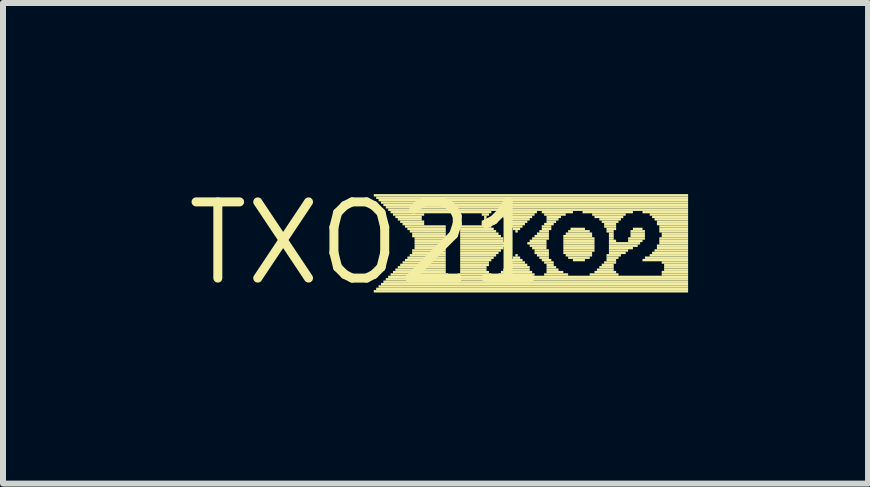
<source format=kicad_pcb>
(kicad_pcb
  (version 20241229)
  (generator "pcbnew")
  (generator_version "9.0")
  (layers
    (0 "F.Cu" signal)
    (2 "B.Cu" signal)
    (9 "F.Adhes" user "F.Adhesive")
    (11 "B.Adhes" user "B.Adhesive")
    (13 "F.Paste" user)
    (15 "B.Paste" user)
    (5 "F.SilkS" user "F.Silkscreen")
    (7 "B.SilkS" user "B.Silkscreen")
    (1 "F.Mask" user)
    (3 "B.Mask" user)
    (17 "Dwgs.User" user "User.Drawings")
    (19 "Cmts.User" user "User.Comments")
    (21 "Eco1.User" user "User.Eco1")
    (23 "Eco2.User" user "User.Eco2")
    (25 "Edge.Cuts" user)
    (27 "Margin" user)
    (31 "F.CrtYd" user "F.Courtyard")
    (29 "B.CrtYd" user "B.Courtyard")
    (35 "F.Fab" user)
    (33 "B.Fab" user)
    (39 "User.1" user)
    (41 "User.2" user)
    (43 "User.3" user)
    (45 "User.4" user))
  (footprint "TXO21"
    (layer "F.Cu")
    (at 3.061 1.006)
    (property "Reference" "TXO21" (at 0 0 0) (layer "F.SilkS") (effects (font (size 1.27 1.27) (thickness 0.15))))
    (fp_poly (pts (xy 0.12 -0.78) (xy 5.36 -0.78) (xy 5.36 -0.82) (xy 0.12 -0.82)) (stroke (width 0) (type solid)) (fill yes) (layer "F.SilkS"))
    (fp_poly (pts (xy 0.12 0.82) (xy 5.36 0.82) (xy 5.36 0.78) (xy 0.12 0.78)) (stroke (width 0) (type solid)) (fill yes) (layer "F.SilkS"))
    (fp_poly (pts (xy 0.16 -0.74) (xy 5.36 -0.74) (xy 5.36 -0.78) (xy 0.16 -0.78)) (stroke (width 0) (type solid)) (fill yes) (layer "F.SilkS"))
    (fp_poly (pts (xy 0.16 0.78) (xy 5.36 0.78) (xy 5.36 0.74) (xy 0.16 0.74)) (stroke (width 0) (type solid)) (fill yes) (layer "F.SilkS"))
    (fp_poly (pts (xy 0.2 -0.7) (xy 5.36 -0.7) (xy 5.36 -0.74) (xy 0.2 -0.74)) (stroke (width 0) (type solid)) (fill yes) (layer "F.SilkS"))
    (fp_poly (pts (xy 0.2 0.74) (xy 5.36 0.74) (xy 5.36 0.7) (xy 0.2 0.7)) (stroke (width 0) (type solid)) (fill yes) (layer "F.SilkS"))
    (fp_poly (pts (xy 0.24 -0.66) (xy 5.36 -0.66) (xy 5.36 -0.7) (xy 0.24 -0.7)) (stroke (width 0) (type solid)) (fill yes) (layer "F.SilkS"))
    (fp_poly (pts (xy 0.24 0.7) (xy 5.36 0.7) (xy 5.36 0.66) (xy 0.24 0.66)) (stroke (width 0) (type solid)) (fill yes) (layer "F.SilkS"))
    (fp_poly (pts (xy 0.28 -0.62) (xy 5.36 -0.62) (xy 5.36 -0.66) (xy 0.28 -0.66)) (stroke (width 0) (type solid)) (fill yes) (layer "F.SilkS"))
    (fp_poly (pts (xy 0.28 0.66) (xy 5.36 0.66) (xy 5.36 0.62) (xy 0.28 0.62)) (stroke (width 0) (type solid)) (fill yes) (layer "F.SilkS"))
    (fp_poly (pts (xy 0.32 -0.58) (xy 5.36 -0.58) (xy 5.36 -0.62) (xy 0.32 -0.62)) (stroke (width 0) (type solid)) (fill yes) (layer "F.SilkS"))
    (fp_poly (pts (xy 0.32 0.62) (xy 5.36 0.62) (xy 5.36 0.58) (xy 0.32 0.58)) (stroke (width 0) (type solid)) (fill yes) (layer "F.SilkS"))
    (fp_poly (pts (xy 0.36 -0.54) (xy 5.36 -0.54) (xy 5.36 -0.58) (xy 0.36 -0.58)) (stroke (width 0) (type solid)) (fill yes) (layer "F.SilkS"))
    (fp_poly (pts (xy 0.36 0.58) (xy 5.36 0.58) (xy 5.36 0.54) (xy 0.36 0.54)) (stroke (width 0) (type solid)) (fill yes) (layer "F.SilkS"))
    (fp_poly (pts (xy 0.4 -0.5) (xy 2.08 -0.5) (xy 2.08 -0.54) (xy 0.4 -0.54)) (stroke (width 0) (type solid)) (fill yes) (layer "F.SilkS"))
    (fp_poly (pts (xy 0.4 0.54) (xy 1.36 0.54) (xy 1.36 0.5) (xy 0.4 0.5)) (stroke (width 0) (type solid)) (fill yes) (layer "F.SilkS"))
    (fp_poly (pts (xy 0.44 -0.46) (xy 0.96 -0.46) (xy 0.96 -0.5) (xy 0.44 -0.5)) (stroke (width 0) (type solid)) (fill yes) (layer "F.SilkS"))
    (fp_poly (pts (xy 0.44 0.5) (xy 1.32 0.5) (xy 1.32 0.46) (xy 0.44 0.46)) (stroke (width 0) (type solid)) (fill yes) (layer "F.SilkS"))
    (fp_poly (pts (xy 0.48 -0.42) (xy 0.92 -0.42) (xy 0.92 -0.46) (xy 0.48 -0.46)) (stroke (width 0) (type solid)) (fill yes) (layer "F.SilkS"))
    (fp_poly (pts (xy 0.48 0.46) (xy 1.32 0.46) (xy 1.32 0.42) (xy 0.48 0.42)) (stroke (width 0) (type solid)) (fill yes) (layer "F.SilkS"))
    (fp_poly (pts (xy 0.52 -0.38) (xy 0.92 -0.38) (xy 0.92 -0.42) (xy 0.52 -0.42)) (stroke (width 0) (type solid)) (fill yes) (layer "F.SilkS"))
    (fp_poly (pts (xy 0.52 0.42) (xy 1.32 0.42) (xy 1.32 0.38) (xy 0.52 0.38)) (stroke (width 0) (type solid)) (fill yes) (layer "F.SilkS"))
    (fp_poly (pts (xy 0.56 -0.34) (xy 0.96 -0.34) (xy 0.96 -0.38) (xy 0.56 -0.38)) (stroke (width 0) (type solid)) (fill yes) (layer "F.SilkS"))
    (fp_poly (pts (xy 0.56 0.38) (xy 1.32 0.38) (xy 1.32 0.34) (xy 0.56 0.34)) (stroke (width 0) (type solid)) (fill yes) (layer "F.SilkS"))
    (fp_poly (pts (xy 0.6 -0.3) (xy 0.96 -0.3) (xy 0.96 -0.34) (xy 0.6 -0.34)) (stroke (width 0) (type solid)) (fill yes) (layer "F.SilkS"))
    (fp_poly (pts (xy 0.6 0.34) (xy 1.32 0.34) (xy 1.32 0.3) (xy 0.6 0.3)) (stroke (width 0) (type solid)) (fill yes) (layer "F.SilkS"))
    (fp_poly (pts (xy 0.64 -0.26) (xy 1.32 -0.26) (xy 1.32 -0.3) (xy 0.64 -0.3)) (stroke (width 0) (type solid)) (fill yes) (layer "F.SilkS"))
    (fp_poly (pts (xy 0.64 0.3) (xy 1.32 0.3) (xy 1.32 0.26) (xy 0.64 0.26)) (stroke (width 0) (type solid)) (fill yes) (layer "F.SilkS"))
    (fp_poly (pts (xy 0.68 -0.22) (xy 1.32 -0.22) (xy 1.32 -0.26) (xy 0.68 -0.26)) (stroke (width 0) (type solid)) (fill yes) (layer "F.SilkS"))
    (fp_poly (pts (xy 0.68 0.26) (xy 1.32 0.26) (xy 1.32 0.22) (xy 0.68 0.22)) (stroke (width 0) (type solid)) (fill yes) (layer "F.SilkS"))
    (fp_poly (pts (xy 0.72 -0.18) (xy 1.32 -0.18) (xy 1.32 -0.22) (xy 0.72 -0.22)) (stroke (width 0) (type solid)) (fill yes) (layer "F.SilkS"))
    (fp_poly (pts (xy 0.72 0.22) (xy 1.32 0.22) (xy 1.32 0.18) (xy 0.72 0.18)) (stroke (width 0) (type solid)) (fill yes) (layer "F.SilkS"))
    (fp_poly (pts (xy 0.76 -0.14) (xy 1.32 -0.14) (xy 1.32 -0.18) (xy 0.76 -0.18)) (stroke (width 0) (type solid)) (fill yes) (layer "F.SilkS"))
    (fp_poly (pts (xy 0.76 -0.1) (xy 1.32 -0.1) (xy 1.32 -0.14) (xy 0.76 -0.14)) (stroke (width 0) (type solid)) (fill yes) (layer "F.SilkS"))
    (fp_poly (pts (xy 0.76 0.14) (xy 1.32 0.14) (xy 1.32 0.1) (xy 0.76 0.1)) (stroke (width 0) (type solid)) (fill yes) (layer "F.SilkS"))
    (fp_poly (pts (xy 0.76 0.18) (xy 1.32 0.18) (xy 1.32 0.14) (xy 0.76 0.14)) (stroke (width 0) (type solid)) (fill yes) (layer "F.SilkS"))
    (fp_poly (pts (xy 0.8 -0.06) (xy 1.32 -0.06) (xy 1.32 -0.1) (xy 0.8 -0.1)) (stroke (width 0) (type solid)) (fill yes) (layer "F.SilkS"))
    (fp_poly (pts (xy 0.8 -0.02) (xy 1.32 -0.02) (xy 1.32 -0.06) (xy 0.8 -0.06)) (stroke (width 0) (type solid)) (fill yes) (layer "F.SilkS"))
    (fp_poly (pts (xy 0.8 0.02) (xy 1.32 0.02) (xy 1.32 -0.02) (xy 0.8 -0.02)) (stroke (width 0) (type solid)) (fill yes) (layer "F.SilkS"))
    (fp_poly (pts (xy 0.8 0.06) (xy 1.32 0.06) (xy 1.32 0.02) (xy 0.8 0.02)) (stroke (width 0) (type solid)) (fill yes) (layer "F.SilkS"))
    (fp_poly (pts (xy 0.8 0.1) (xy 1.32 0.1) (xy 1.32 0.06) (xy 0.8 0.06)) (stroke (width 0) (type solid)) (fill yes) (layer "F.SilkS"))
    (fp_poly (pts (xy 1.52 0.54) (xy 2.08 0.54) (xy 2.08 0.5) (xy 1.52 0.5)) (stroke (width 0) (type solid)) (fill yes) (layer "F.SilkS"))
    (fp_poly (pts (xy 1.56 -0.26) (xy 2.08 -0.26) (xy 2.08 -0.3) (xy 1.56 -0.3)) (stroke (width 0) (type solid)) (fill yes) (layer "F.SilkS"))
    (fp_poly (pts (xy 1.56 -0.22) (xy 2.12 -0.22) (xy 2.12 -0.26) (xy 1.56 -0.26)) (stroke (width 0) (type solid)) (fill yes) (layer "F.SilkS"))
    (fp_poly (pts (xy 1.56 -0.18) (xy 2.16 -0.18) (xy 2.16 -0.22) (xy 1.56 -0.22)) (stroke (width 0) (type solid)) (fill yes) (layer "F.SilkS"))
    (fp_poly (pts (xy 1.56 -0.14) (xy 2.2 -0.14) (xy 2.2 -0.18) (xy 1.56 -0.18)) (stroke (width 0) (type solid)) (fill yes) (layer "F.SilkS"))
    (fp_poly (pts (xy 1.56 -0.1) (xy 2.24 -0.1) (xy 2.24 -0.14) (xy 1.56 -0.14)) (stroke (width 0) (type solid)) (fill yes) (layer "F.SilkS"))
    (fp_poly (pts (xy 1.56 -0.06) (xy 2.28 -0.06) (xy 2.28 -0.1) (xy 1.56 -0.1)) (stroke (width 0) (type solid)) (fill yes) (layer "F.SilkS"))
    (fp_poly (pts (xy 1.56 -0.02) (xy 2.28 -0.02) (xy 2.28 -0.06) (xy 1.56 -0.06)) (stroke (width 0) (type solid)) (fill yes) (layer "F.SilkS"))
    (fp_poly (pts (xy 1.56 0.02) (xy 2.32 0.02) (xy 2.32 -0.02) (xy 1.56 -0.02)) (stroke (width 0) (type solid)) (fill yes) (layer "F.SilkS"))
    (fp_poly (pts (xy 1.56 0.06) (xy 2.32 0.06) (xy 2.32 0.02) (xy 1.56 0.02)) (stroke (width 0) (type solid)) (fill yes) (layer "F.SilkS"))
    (fp_poly (pts (xy 1.56 0.1) (xy 2.28 0.1) (xy 2.28 0.06) (xy 1.56 0.06)) (stroke (width 0) (type solid)) (fill yes) (layer "F.SilkS"))
    (fp_poly (pts (xy 1.56 0.14) (xy 2.24 0.14) (xy 2.24 0.1) (xy 1.56 0.1)) (stroke (width 0) (type solid)) (fill yes) (layer "F.SilkS"))
    (fp_poly (pts (xy 1.56 0.18) (xy 2.2 0.18) (xy 2.2 0.14) (xy 1.56 0.14)) (stroke (width 0) (type solid)) (fill yes) (layer "F.SilkS"))
    (fp_poly (pts (xy 1.56 0.22) (xy 2.16 0.22) (xy 2.16 0.18) (xy 1.56 0.18)) (stroke (width 0) (type solid)) (fill yes) (layer "F.SilkS"))
    (fp_poly (pts (xy 1.56 0.26) (xy 2.12 0.26) (xy 2.12 0.22) (xy 1.56 0.22)) (stroke (width 0) (type solid)) (fill yes) (layer "F.SilkS"))
    (fp_poly (pts (xy 1.56 0.3) (xy 2.08 0.3) (xy 2.08 0.26) (xy 1.56 0.26)) (stroke (width 0) (type solid)) (fill yes) (layer "F.SilkS"))
    (fp_poly (pts (xy 1.56 0.34) (xy 2.04 0.34) (xy 2.04 0.3) (xy 1.56 0.3)) (stroke (width 0) (type solid)) (fill yes) (layer "F.SilkS"))
    (fp_poly (pts (xy 1.56 0.38) (xy 2.04 0.38) (xy 2.04 0.34) (xy 1.56 0.34)) (stroke (width 0) (type solid)) (fill yes) (layer "F.SilkS"))
    (fp_poly (pts (xy 1.56 0.42) (xy 2 0.42) (xy 2 0.38) (xy 1.56 0.38)) (stroke (width 0) (type solid)) (fill yes) (layer "F.SilkS"))
    (fp_poly (pts (xy 1.56 0.46) (xy 2 0.46) (xy 2 0.42) (xy 1.56 0.42)) (stroke (width 0) (type solid)) (fill yes) (layer "F.SilkS"))
    (fp_poly (pts (xy 1.56 0.5) (xy 2.04 0.5) (xy 2.04 0.46) (xy 1.56 0.46)) (stroke (width 0) (type solid)) (fill yes) (layer "F.SilkS"))
    (fp_poly (pts (xy 1.92 -0.46) (xy 2.04 -0.46) (xy 2.04 -0.5) (xy 1.92 -0.5)) (stroke (width 0) (type solid)) (fill yes) (layer "F.SilkS"))
    (fp_poly (pts (xy 1.92 -0.34) (xy 2 -0.34) (xy 2 -0.38) (xy 1.92 -0.38)) (stroke (width 0) (type solid)) (fill yes) (layer "F.SilkS"))
    (fp_poly (pts (xy 1.92 -0.3) (xy 2.04 -0.3) (xy 2.04 -0.34) (xy 1.92 -0.34)) (stroke (width 0) (type solid)) (fill yes) (layer "F.SilkS"))
    (fp_poly (pts (xy 1.96 -0.42) (xy 2 -0.42) (xy 2 -0.46) (xy 1.96 -0.46)) (stroke (width 0) (type solid)) (fill yes) (layer "F.SilkS"))
    (fp_poly (pts (xy 1.96 -0.38) (xy 2 -0.38) (xy 2 -0.42) (xy 1.96 -0.42)) (stroke (width 0) (type solid)) (fill yes) (layer "F.SilkS"))
    (fp_poly (pts (xy 2.2 -0.5) (xy 2.84 -0.5) (xy 2.84 -0.54) (xy 2.2 -0.54)) (stroke (width 0) (type solid)) (fill yes) (layer "F.SilkS"))
    (fp_poly (pts (xy 2.2 0.54) (xy 2.8 0.54) (xy 2.8 0.5) (xy 2.2 0.5)) (stroke (width 0) (type solid)) (fill yes) (layer "F.SilkS"))
    (fp_poly (pts (xy 2.24 -0.46) (xy 2.8 -0.46) (xy 2.8 -0.5) (xy 2.24 -0.5)) (stroke (width 0) (type solid)) (fill yes) (layer "F.SilkS"))
    (fp_poly (pts (xy 2.24 0.5) (xy 2.76 0.5) (xy 2.76 0.46) (xy 2.24 0.46)) (stroke (width 0) (type solid)) (fill yes) (layer "F.SilkS"))
    (fp_poly (pts (xy 2.28 -0.42) (xy 2.76 -0.42) (xy 2.76 -0.46) (xy 2.28 -0.46)) (stroke (width 0) (type solid)) (fill yes) (layer "F.SilkS"))
    (fp_poly (pts (xy 2.28 0.46) (xy 2.72 0.46) (xy 2.72 0.42) (xy 2.28 0.42)) (stroke (width 0) (type solid)) (fill yes) (layer "F.SilkS"))
    (fp_poly (pts (xy 2.32 -0.38) (xy 2.72 -0.38) (xy 2.72 -0.42) (xy 2.32 -0.42)) (stroke (width 0) (type solid)) (fill yes) (layer "F.SilkS"))
    (fp_poly (pts (xy 2.32 -0.34) (xy 2.68 -0.34) (xy 2.68 -0.38) (xy 2.32 -0.38)) (stroke (width 0) (type solid)) (fill yes) (layer "F.SilkS"))
    (fp_poly (pts (xy 2.32 0.42) (xy 2.72 0.42) (xy 2.72 0.38) (xy 2.32 0.38)) (stroke (width 0) (type solid)) (fill yes) (layer "F.SilkS"))
    (fp_poly (pts (xy 2.36 -0.3) (xy 2.64 -0.3) (xy 2.64 -0.34) (xy 2.36 -0.34)) (stroke (width 0) (type solid)) (fill yes) (layer "F.SilkS"))
    (fp_poly (pts (xy 2.36 0.38) (xy 2.68 0.38) (xy 2.68 0.34) (xy 2.36 0.34)) (stroke (width 0) (type solid)) (fill yes) (layer "F.SilkS"))
    (fp_poly (pts (xy 2.4 -0.26) (xy 2.6 -0.26) (xy 2.6 -0.3) (xy 2.4 -0.3)) (stroke (width 0) (type solid)) (fill yes) (layer "F.SilkS"))
    (fp_poly (pts (xy 2.4 0.3) (xy 2.6 0.3) (xy 2.6 0.26) (xy 2.4 0.26)) (stroke (width 0) (type solid)) (fill yes) (layer "F.SilkS"))
    (fp_poly (pts (xy 2.4 0.34) (xy 2.64 0.34) (xy 2.64 0.3) (xy 2.4 0.3)) (stroke (width 0) (type solid)) (fill yes) (layer "F.SilkS"))
    (fp_poly (pts (xy 2.44 -0.22) (xy 2.56 -0.22) (xy 2.56 -0.26) (xy 2.44 -0.26)) (stroke (width 0) (type solid)) (fill yes) (layer "F.SilkS"))
    (fp_poly (pts (xy 2.44 0.26) (xy 2.56 0.26) (xy 2.56 0.22) (xy 2.44 0.22)) (stroke (width 0) (type solid)) (fill yes) (layer "F.SilkS"))
    (fp_poly (pts (xy 2.48 -0.18) (xy 2.52 -0.18) (xy 2.52 -0.22) (xy 2.48 -0.22)) (stroke (width 0) (type solid)) (fill yes) (layer "F.SilkS"))
    (fp_poly (pts (xy 2.48 0.22) (xy 2.52 0.22) (xy 2.52 0.18) (xy 2.48 0.18)) (stroke (width 0) (type solid)) (fill yes) (layer "F.SilkS"))
    (fp_poly (pts (xy 2.68 0.02) (xy 3 0.02) (xy 3 -0.02) (xy 2.68 -0.02)) (stroke (width 0) (type solid)) (fill yes) (layer "F.SilkS"))
    (fp_poly (pts (xy 2.72 -0.02) (xy 3 -0.02) (xy 3 -0.06) (xy 2.72 -0.06)) (stroke (width 0) (type solid)) (fill yes) (layer "F.SilkS"))
    (fp_poly (pts (xy 2.72 0.06) (xy 3 0.06) (xy 3 0.02) (xy 2.72 0.02)) (stroke (width 0) (type solid)) (fill yes) (layer "F.SilkS"))
    (fp_poly (pts (xy 2.76 -0.06) (xy 3.04 -0.06) (xy 3.04 -0.1) (xy 2.76 -0.1)) (stroke (width 0) (type solid)) (fill yes) (layer "F.SilkS"))
    (fp_poly (pts (xy 2.76 0.1) (xy 3 0.1) (xy 3 0.06) (xy 2.76 0.06)) (stroke (width 0) (type solid)) (fill yes) (layer "F.SilkS"))
    (fp_poly (pts (xy 2.8 -0.1) (xy 3.04 -0.1) (xy 3.04 -0.14) (xy 2.8 -0.14)) (stroke (width 0) (type solid)) (fill yes) (layer "F.SilkS"))
    (fp_poly (pts (xy 2.8 0.14) (xy 3.04 0.14) (xy 3.04 0.1) (xy 2.8 0.1)) (stroke (width 0) (type solid)) (fill yes) (layer "F.SilkS"))
    (fp_poly (pts (xy 2.8 0.18) (xy 3.04 0.18) (xy 3.04 0.14) (xy 2.8 0.14)) (stroke (width 0) (type solid)) (fill yes) (layer "F.SilkS"))
    (fp_poly (pts (xy 2.84 -0.14) (xy 3.04 -0.14) (xy 3.04 -0.18) (xy 2.84 -0.18)) (stroke (width 0) (type solid)) (fill yes) (layer "F.SilkS"))
    (fp_poly (pts (xy 2.84 0.22) (xy 3.04 0.22) (xy 3.04 0.18) (xy 2.84 0.18)) (stroke (width 0) (type solid)) (fill yes) (layer "F.SilkS"))
    (fp_poly (pts (xy 2.88 -0.18) (xy 3.04 -0.18) (xy 3.04 -0.22) (xy 2.88 -0.22)) (stroke (width 0) (type solid)) (fill yes) (layer "F.SilkS"))
    (fp_poly (pts (xy 2.88 0.26) (xy 3.04 0.26) (xy 3.04 0.22) (xy 2.88 0.22)) (stroke (width 0) (type solid)) (fill yes) (layer "F.SilkS"))
    (fp_poly (pts (xy 2.92 -0.5) (xy 3.44 -0.5) (xy 3.44 -0.54) (xy 2.92 -0.54)) (stroke (width 0) (type solid)) (fill yes) (layer "F.SilkS"))
    (fp_poly (pts (xy 2.92 -0.26) (xy 3.08 -0.26) (xy 3.08 -0.3) (xy 2.92 -0.3)) (stroke (width 0) (type solid)) (fill yes) (layer "F.SilkS"))
    (fp_poly (pts (xy 2.92 -0.22) (xy 3.08 -0.22) (xy 3.08 -0.26) (xy 2.92 -0.26)) (stroke (width 0) (type solid)) (fill yes) (layer "F.SilkS"))
    (fp_poly (pts (xy 2.92 0.3) (xy 3.08 0.3) (xy 3.08 0.26) (xy 2.92 0.26)) (stroke (width 0) (type solid)) (fill yes) (layer "F.SilkS"))
    (fp_poly (pts (xy 2.96 -0.46) (xy 3.32 -0.46) (xy 3.32 -0.5) (xy 2.96 -0.5)) (stroke (width 0) (type solid)) (fill yes) (layer "F.SilkS"))
    (fp_poly (pts (xy 2.96 -0.3) (xy 3.12 -0.3) (xy 3.12 -0.34) (xy 2.96 -0.34)) (stroke (width 0) (type solid)) (fill yes) (layer "F.SilkS"))
    (fp_poly (pts (xy 2.96 0.34) (xy 3.12 0.34) (xy 3.12 0.3) (xy 2.96 0.3)) (stroke (width 0) (type solid)) (fill yes) (layer "F.SilkS"))
    (fp_poly (pts (xy 2.96 0.54) (xy 3.36 0.54) (xy 3.36 0.5) (xy 2.96 0.5)) (stroke (width 0) (type solid)) (fill yes) (layer "F.SilkS"))
    (fp_poly (pts (xy 3 -0.42) (xy 3.24 -0.42) (xy 3.24 -0.46) (xy 3 -0.46)) (stroke (width 0) (type solid)) (fill yes) (layer "F.SilkS"))
    (fp_poly (pts (xy 3 -0.38) (xy 3.2 -0.38) (xy 3.2 -0.42) (xy 3 -0.42)) (stroke (width 0) (type solid)) (fill yes) (layer "F.SilkS"))
    (fp_poly (pts (xy 3 -0.34) (xy 3.16 -0.34) (xy 3.16 -0.38) (xy 3 -0.38)) (stroke (width 0) (type solid)) (fill yes) (layer "F.SilkS"))
    (fp_poly (pts (xy 3 0.38) (xy 3.12 0.38) (xy 3.12 0.34) (xy 3 0.34)) (stroke (width 0) (type solid)) (fill yes) (layer "F.SilkS"))
    (fp_poly (pts (xy 3 0.42) (xy 3.16 0.42) (xy 3.16 0.38) (xy 3 0.38)) (stroke (width 0) (type solid)) (fill yes) (layer "F.SilkS"))
    (fp_poly (pts (xy 3 0.46) (xy 3.2 0.46) (xy 3.2 0.42) (xy 3 0.42)) (stroke (width 0) (type solid)) (fill yes) (layer "F.SilkS"))
    (fp_poly (pts (xy 3 0.5) (xy 3.28 0.5) (xy 3.28 0.46) (xy 3 0.46)) (stroke (width 0) (type solid)) (fill yes) (layer "F.SilkS"))
    (fp_poly (pts (xy 3.28 -0.1) (xy 3.76 -0.1) (xy 3.76 -0.14) (xy 3.28 -0.14)) (stroke (width 0) (type solid)) (fill yes) (layer "F.SilkS"))
    (fp_poly (pts (xy 3.28 -0.06) (xy 3.8 -0.06) (xy 3.8 -0.1) (xy 3.28 -0.1)) (stroke (width 0) (type solid)) (fill yes) (layer "F.SilkS"))
    (fp_poly (pts (xy 3.28 -0.02) (xy 3.8 -0.02) (xy 3.8 -0.06) (xy 3.28 -0.06)) (stroke (width 0) (type solid)) (fill yes) (layer "F.SilkS"))
    (fp_poly (pts (xy 3.28 0.02) (xy 3.8 0.02) (xy 3.8 -0.02) (xy 3.28 -0.02)) (stroke (width 0) (type solid)) (fill yes) (layer "F.SilkS"))
    (fp_poly (pts (xy 3.28 0.06) (xy 3.8 0.06) (xy 3.8 0.02) (xy 3.28 0.02)) (stroke (width 0) (type solid)) (fill yes) (layer "F.SilkS"))
    (fp_poly (pts (xy 3.28 0.1) (xy 3.8 0.1) (xy 3.8 0.06) (xy 3.28 0.06)) (stroke (width 0) (type solid)) (fill yes) (layer "F.SilkS"))
    (fp_poly (pts (xy 3.28 0.14) (xy 3.8 0.14) (xy 3.8 0.1) (xy 3.28 0.1)) (stroke (width 0) (type solid)) (fill yes) (layer "F.SilkS"))
    (fp_poly (pts (xy 3.28 0.18) (xy 3.76 0.18) (xy 3.76 0.14) (xy 3.28 0.14)) (stroke (width 0) (type solid)) (fill yes) (layer "F.SilkS"))
    (fp_poly (pts (xy 3.32 -0.14) (xy 3.76 -0.14) (xy 3.76 -0.18) (xy 3.32 -0.18)) (stroke (width 0) (type solid)) (fill yes) (layer "F.SilkS"))
    (fp_poly (pts (xy 3.32 0.22) (xy 3.76 0.22) (xy 3.76 0.18) (xy 3.32 0.18)) (stroke (width 0) (type solid)) (fill yes) (layer "F.SilkS"))
    (fp_poly (pts (xy 3.36 -0.18) (xy 3.72 -0.18) (xy 3.72 -0.22) (xy 3.36 -0.22)) (stroke (width 0) (type solid)) (fill yes) (layer "F.SilkS"))
    (fp_poly (pts (xy 3.36 0.26) (xy 3.72 0.26) (xy 3.72 0.22) (xy 3.36 0.22)) (stroke (width 0) (type solid)) (fill yes) (layer "F.SilkS"))
    (fp_poly (pts (xy 3.4 -0.22) (xy 3.64 -0.22) (xy 3.64 -0.26) (xy 3.4 -0.26)) (stroke (width 0) (type solid)) (fill yes) (layer "F.SilkS"))
    (fp_poly (pts (xy 3.44 0.3) (xy 3.64 0.3) (xy 3.64 0.26) (xy 3.44 0.26)) (stroke (width 0) (type solid)) (fill yes) (layer "F.SilkS"))
    (fp_poly (pts (xy 3.6 -0.5) (xy 4.44 -0.5) (xy 4.44 -0.54) (xy 3.6 -0.54)) (stroke (width 0) (type solid)) (fill yes) (layer "F.SilkS"))
    (fp_poly (pts (xy 3.72 0.54) (xy 4.2 0.54) (xy 4.2 0.5) (xy 3.72 0.5)) (stroke (width 0) (type solid)) (fill yes) (layer "F.SilkS"))
    (fp_poly (pts (xy 3.76 -0.46) (xy 4.32 -0.46) (xy 4.32 -0.5) (xy 3.76 -0.5)) (stroke (width 0) (type solid)) (fill yes) (layer "F.SilkS"))
    (fp_poly (pts (xy 3.8 -0.42) (xy 4.28 -0.42) (xy 4.28 -0.46) (xy 3.8 -0.46)) (stroke (width 0) (type solid)) (fill yes) (layer "F.SilkS"))
    (fp_poly (pts (xy 3.8 0.5) (xy 4.16 0.5) (xy 4.16 0.46) (xy 3.8 0.46)) (stroke (width 0) (type solid)) (fill yes) (layer "F.SilkS"))
    (fp_poly (pts (xy 3.84 0.46) (xy 4.12 0.46) (xy 4.12 0.42) (xy 3.84 0.42)) (stroke (width 0) (type solid)) (fill yes) (layer "F.SilkS"))
    (fp_poly (pts (xy 3.88 -0.38) (xy 4.24 -0.38) (xy 4.24 -0.42) (xy 3.88 -0.42)) (stroke (width 0) (type solid)) (fill yes) (layer "F.SilkS"))
    (fp_poly (pts (xy 3.88 0.42) (xy 4.12 0.42) (xy 4.12 0.38) (xy 3.88 0.38)) (stroke (width 0) (type solid)) (fill yes) (layer "F.SilkS"))
    (fp_poly (pts (xy 3.92 -0.34) (xy 4.2 -0.34) (xy 4.2 -0.38) (xy 3.92 -0.38)) (stroke (width 0) (type solid)) (fill yes) (layer "F.SilkS"))
    (fp_poly (pts (xy 3.92 0.38) (xy 4.12 0.38) (xy 4.12 0.34) (xy 3.92 0.34)) (stroke (width 0) (type solid)) (fill yes) (layer "F.SilkS"))
    (fp_poly (pts (xy 3.96 -0.3) (xy 4.16 -0.3) (xy 4.16 -0.34) (xy 3.96 -0.34)) (stroke (width 0) (type solid)) (fill yes) (layer "F.SilkS"))
    (fp_poly (pts (xy 3.96 -0.26) (xy 4.16 -0.26) (xy 4.16 -0.3) (xy 3.96 -0.3)) (stroke (width 0) (type solid)) (fill yes) (layer "F.SilkS"))
    (fp_poly (pts (xy 3.96 0.34) (xy 4.16 0.34) (xy 4.16 0.3) (xy 3.96 0.3)) (stroke (width 0) (type solid)) (fill yes) (layer "F.SilkS"))
    (fp_poly (pts (xy 4 -0.22) (xy 4.16 -0.22) (xy 4.16 -0.26) (xy 4 -0.26)) (stroke (width 0) (type solid)) (fill yes) (layer "F.SilkS"))
    (fp_poly (pts (xy 4 -0.18) (xy 4.12 -0.18) (xy 4.12 -0.22) (xy 4 -0.22)) (stroke (width 0) (type solid)) (fill yes) (layer "F.SilkS"))
    (fp_poly (pts (xy 4 0.22) (xy 4.24 0.22) (xy 4.24 0.18) (xy 4 0.18)) (stroke (width 0) (type solid)) (fill yes) (layer "F.SilkS"))
    (fp_poly (pts (xy 4 0.26) (xy 4.2 0.26) (xy 4.2 0.22) (xy 4 0.22)) (stroke (width 0) (type solid)) (fill yes) (layer "F.SilkS"))
    (fp_poly (pts (xy 4 0.3) (xy 4.16 0.3) (xy 4.16 0.26) (xy 4 0.26)) (stroke (width 0) (type solid)) (fill yes) (layer "F.SilkS"))
    (fp_poly (pts (xy 4.04 -0.14) (xy 4.12 -0.14) (xy 4.12 -0.18) (xy 4.04 -0.18)) (stroke (width 0) (type solid)) (fill yes) (layer "F.SilkS"))
    (fp_poly (pts (xy 4.04 -0.1) (xy 4.12 -0.1) (xy 4.12 -0.14) (xy 4.04 -0.14)) (stroke (width 0) (type solid)) (fill yes) (layer "F.SilkS"))
    (fp_poly (pts (xy 4.04 -0.06) (xy 4.12 -0.06) (xy 4.12 -0.1) (xy 4.04 -0.1)) (stroke (width 0) (type solid)) (fill yes) (layer "F.SilkS"))
    (fp_poly (pts (xy 4.04 -0.02) (xy 4.16 -0.02) (xy 4.16 -0.06) (xy 4.04 -0.06)) (stroke (width 0) (type solid)) (fill yes) (layer "F.SilkS"))
    (fp_poly (pts (xy 4.04 0.02) (xy 4.56 0.02) (xy 4.56 -0.02) (xy 4.04 -0.02)) (stroke (width 0) (type solid)) (fill yes) (layer "F.SilkS"))
    (fp_poly (pts (xy 4.04 0.06) (xy 4.52 0.06) (xy 4.52 0.02) (xy 4.04 0.02)) (stroke (width 0) (type solid)) (fill yes) (layer "F.SilkS"))
    (fp_poly (pts (xy 4.04 0.1) (xy 4.44 0.1) (xy 4.44 0.06) (xy 4.04 0.06)) (stroke (width 0) (type solid)) (fill yes) (layer "F.SilkS"))
    (fp_poly (pts (xy 4.04 0.14) (xy 4.36 0.14) (xy 4.36 0.1) (xy 4.04 0.1)) (stroke (width 0) (type solid)) (fill yes) (layer "F.SilkS"))
    (fp_poly (pts (xy 4.04 0.18) (xy 4.32 0.18) (xy 4.32 0.14) (xy 4.04 0.14)) (stroke (width 0) (type solid)) (fill yes) (layer "F.SilkS"))
    (fp_poly (pts (xy 4.36 -0.06) (xy 4.64 -0.06) (xy 4.64 -0.1) (xy 4.36 -0.1)) (stroke (width 0) (type solid)) (fill yes) (layer "F.SilkS"))
    (fp_poly (pts (xy 4.36 -0.02) (xy 4.6 -0.02) (xy 4.6 -0.06) (xy 4.36 -0.06)) (stroke (width 0) (type solid)) (fill yes) (layer "F.SilkS"))
    (fp_poly (pts (xy 4.4 -0.18) (xy 4.64 -0.18) (xy 4.64 -0.22) (xy 4.4 -0.22)) (stroke (width 0) (type solid)) (fill yes) (layer "F.SilkS"))
    (fp_poly (pts (xy 4.4 -0.14) (xy 4.64 -0.14) (xy 4.64 -0.18) (xy 4.4 -0.18)) (stroke (width 0) (type solid)) (fill yes) (layer "F.SilkS"))
    (fp_poly (pts (xy 4.4 -0.1) (xy 4.64 -0.1) (xy 4.64 -0.14) (xy 4.4 -0.14)) (stroke (width 0) (type solid)) (fill yes) (layer "F.SilkS"))
    (fp_poly (pts (xy 4.44 -0.22) (xy 4.6 -0.22) (xy 4.6 -0.26) (xy 4.44 -0.26)) (stroke (width 0) (type solid)) (fill yes) (layer "F.SilkS"))
    (fp_poly (pts (xy 4.6 -0.5) (xy 5.36 -0.5) (xy 5.36 -0.54) (xy 4.6 -0.54)) (stroke (width 0) (type solid)) (fill yes) (layer "F.SilkS"))
    (fp_poly (pts (xy 4.6 0.3) (xy 5.36 0.3) (xy 5.36 0.26) (xy 4.6 0.26)) (stroke (width 0) (type solid)) (fill yes) (layer "F.SilkS"))
    (fp_poly (pts (xy 4.64 0.26) (xy 5.36 0.26) (xy 5.36 0.22) (xy 4.64 0.22)) (stroke (width 0) (type solid)) (fill yes) (layer "F.SilkS"))
    (fp_poly (pts (xy 4.72 -0.46) (xy 5.36 -0.46) (xy 5.36 -0.5) (xy 4.72 -0.5)) (stroke (width 0) (type solid)) (fill yes) (layer "F.SilkS"))
    (fp_poly (pts (xy 4.72 0.22) (xy 5.36 0.22) (xy 5.36 0.18) (xy 4.72 0.18)) (stroke (width 0) (type solid)) (fill yes) (layer "F.SilkS"))
    (fp_poly (pts (xy 4.76 -0.42) (xy 5.36 -0.42) (xy 5.36 -0.46) (xy 4.76 -0.46)) (stroke (width 0) (type solid)) (fill yes) (layer "F.SilkS"))
    (fp_poly (pts (xy 4.76 0.18) (xy 5.36 0.18) (xy 5.36 0.14) (xy 4.76 0.14)) (stroke (width 0) (type solid)) (fill yes) (layer "F.SilkS"))
    (fp_poly (pts (xy 4.8 -0.38) (xy 5.36 -0.38) (xy 5.36 -0.42) (xy 4.8 -0.42)) (stroke (width 0) (type solid)) (fill yes) (layer "F.SilkS"))
    (fp_poly (pts (xy 4.8 0.14) (xy 5.36 0.14) (xy 5.36 0.1) (xy 4.8 0.1)) (stroke (width 0) (type solid)) (fill yes) (layer "F.SilkS"))
    (fp_poly (pts (xy 4.84 -0.34) (xy 5.36 -0.34) (xy 5.36 -0.38) (xy 4.84 -0.38)) (stroke (width 0) (type solid)) (fill yes) (layer "F.SilkS"))
    (fp_poly (pts (xy 4.84 -0.3) (xy 5.36 -0.3) (xy 5.36 -0.34) (xy 4.84 -0.34)) (stroke (width 0) (type solid)) (fill yes) (layer "F.SilkS"))
    (fp_poly (pts (xy 4.84 0.06) (xy 5.36 0.06) (xy 5.36 0.02) (xy 4.84 0.02)) (stroke (width 0) (type solid)) (fill yes) (layer "F.SilkS"))
    (fp_poly (pts (xy 4.84 0.1) (xy 5.36 0.1) (xy 5.36 0.06) (xy 4.84 0.06)) (stroke (width 0) (type solid)) (fill yes) (layer "F.SilkS"))
    (fp_poly (pts (xy 4.88 -0.26) (xy 5.36 -0.26) (xy 5.36 -0.3) (xy 4.88 -0.3)) (stroke (width 0) (type solid)) (fill yes) (layer "F.SilkS"))
    (fp_poly (pts (xy 4.88 -0.22) (xy 5.36 -0.22) (xy 5.36 -0.26) (xy 4.88 -0.26)) (stroke (width 0) (type solid)) (fill yes) (layer "F.SilkS"))
    (fp_poly (pts (xy 4.88 -0.18) (xy 5.36 -0.18) (xy 5.36 -0.22) (xy 4.88 -0.22)) (stroke (width 0) (type solid)) (fill yes) (layer "F.SilkS"))
    (fp_poly (pts (xy 4.88 -0.06) (xy 5.36 -0.06) (xy 5.36 -0.1) (xy 4.88 -0.1)) (stroke (width 0) (type solid)) (fill yes) (layer "F.SilkS"))
    (fp_poly (pts (xy 4.88 -0.02) (xy 5.36 -0.02) (xy 5.36 -0.06) (xy 4.88 -0.06)) (stroke (width 0) (type solid)) (fill yes) (layer "F.SilkS"))
    (fp_poly (pts (xy 4.88 0.02) (xy 5.36 0.02) (xy 5.36 -0.02) (xy 4.88 -0.02)) (stroke (width 0) (type solid)) (fill yes) (layer "F.SilkS"))
    (fp_poly (pts (xy 4.92 -0.14) (xy 5.36 -0.14) (xy 5.36 -0.18) (xy 4.92 -0.18)) (stroke (width 0) (type solid)) (fill yes) (layer "F.SilkS"))
    (fp_poly (pts (xy 4.92 -0.1) (xy 5.36 -0.1) (xy 5.36 -0.14) (xy 4.92 -0.14)) (stroke (width 0) (type solid)) (fill yes) (layer "F.SilkS"))
    (fp_poly (pts (xy 4.92 0.34) (xy 5.36 0.34) (xy 5.36 0.3) (xy 4.92 0.3)) (stroke (width 0) (type solid)) (fill yes) (layer "F.SilkS"))
    (fp_poly (pts (xy 4.92 0.5) (xy 5.36 0.5) (xy 5.36 0.46) (xy 4.92 0.46)) (stroke (width 0) (type solid)) (fill yes) (layer "F.SilkS"))
    (fp_poly (pts (xy 4.92 0.54) (xy 5.36 0.54) (xy 5.36 0.5) (xy 4.92 0.5)) (stroke (width 0) (type solid)) (fill yes) (layer "F.SilkS"))
    (fp_poly (pts (xy 4.96 0.38) (xy 5.36 0.38) (xy 5.36 0.34) (xy 4.96 0.34)) (stroke (width 0) (type solid)) (fill yes) (layer "F.SilkS"))
    (fp_poly (pts (xy 4.96 0.42) (xy 5.36 0.42) (xy 5.36 0.38) (xy 4.96 0.38)) (stroke (width 0) (type solid)) (fill yes) (layer "F.SilkS"))
    (fp_poly (pts (xy 4.96 0.46) (xy 5.36 0.46) (xy 5.36 0.42) (xy 4.96 0.42)) (stroke (width 0) (type solid)) (fill yes) (layer "F.SilkS")))
  (gr_rect
    (start -3 -3)
    (end 11.421 5.012)
    (stroke (width 0.1) (type default))
    (fill no)
    (layer "Edge.Cuts")))
</source>
